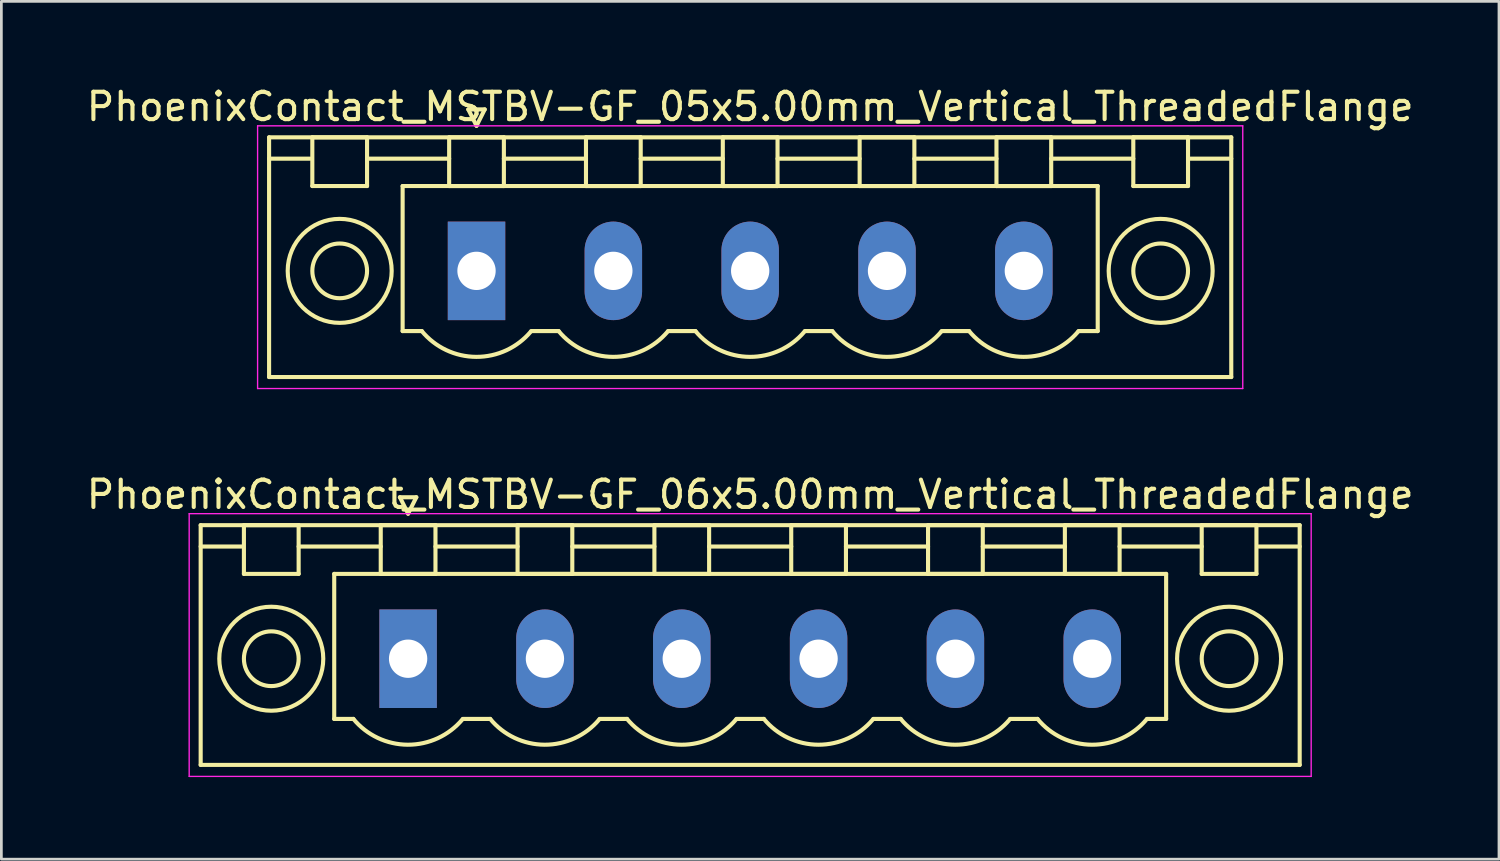
<source format=kicad_pcb>
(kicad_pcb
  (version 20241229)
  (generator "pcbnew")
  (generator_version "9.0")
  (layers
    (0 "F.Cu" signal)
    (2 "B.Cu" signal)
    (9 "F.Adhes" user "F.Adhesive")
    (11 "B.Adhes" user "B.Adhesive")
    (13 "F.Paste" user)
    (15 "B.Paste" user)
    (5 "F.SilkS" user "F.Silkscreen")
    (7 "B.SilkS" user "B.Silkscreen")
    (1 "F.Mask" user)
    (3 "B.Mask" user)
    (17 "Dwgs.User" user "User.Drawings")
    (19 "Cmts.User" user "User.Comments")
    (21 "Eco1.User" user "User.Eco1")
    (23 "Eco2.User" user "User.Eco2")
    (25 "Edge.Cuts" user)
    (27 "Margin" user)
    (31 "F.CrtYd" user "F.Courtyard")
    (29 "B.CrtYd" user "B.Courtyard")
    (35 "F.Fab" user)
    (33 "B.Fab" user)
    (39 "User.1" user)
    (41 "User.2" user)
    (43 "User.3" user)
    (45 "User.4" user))
  (footprint "PhoenixContact_MSTBV-GF_06x5.00mm_Vertical_ThreadedFlange"
    (layer "F.Cu")
    (at 11.863 21.021)
    (property "Reference" "PhoenixContact_MSTBV-GF_06x5.00mm_Vertical_ThreadedFlange" (at 12.5 -6 0) (layer "F.SilkS") (effects (font (size 1 1) (thickness 0.15))))
    (attr through_hole)
    (fp_line (start -7.58 -4.88) (end -7.58 3.88) (stroke (width 0.15) (type solid)) (layer "F.SilkS"))
    (fp_line (start -7.58 -4.1) (end -6.08 -4.1) (stroke (width 0.15) (type solid)) (layer "F.SilkS"))
    (fp_line (start -7.58 3.88) (end 32.58 3.88) (stroke (width 0.15) (type solid)) (layer "F.SilkS"))
    (fp_line (start -6 -4.88) (end -4 -4.88) (stroke (width 0.15) (type solid)) (layer "F.SilkS"))
    (fp_line (start -6 -3.1) (end -6 -4.88) (stroke (width 0.15) (type solid)) (layer "F.SilkS"))
    (fp_line (start -4 -4.88) (end -4 -3.1) (stroke (width 0.15) (type solid)) (layer "F.SilkS"))
    (fp_line (start -4 -4.1) (end -1 -4.1) (stroke (width 0.15) (type solid)) (layer "F.SilkS"))
    (fp_line (start -4 -3.1) (end -6 -3.1) (stroke (width 0.15) (type solid)) (layer "F.SilkS"))
    (fp_line (start -2.7 -3.1) (end 27.7 -3.1) (stroke (width 0.15) (type solid)) (layer "F.SilkS"))
    (fp_line (start -2.7 2.2) (end -2.7 -3.1) (stroke (width 0.15) (type solid)) (layer "F.SilkS"))
    (fp_line (start -2 2.2) (end -2.7 2.2) (stroke (width 0.15) (type solid)) (layer "F.SilkS"))
    (fp_line (start -1 -4.88) (end 1 -4.88) (stroke (width 0.15) (type solid)) (layer "F.SilkS"))
    (fp_line (start -1 -3.1) (end -1 -4.88) (stroke (width 0.15) (type solid)) (layer "F.SilkS"))
    (fp_line (start -0.3 -5.9) (end 0 -5.3) (stroke (width 0.15) (type solid)) (layer "F.SilkS"))
    (fp_line (start 0 -5.3) (end 0.3 -5.9) (stroke (width 0.15) (type solid)) (layer "F.SilkS"))
    (fp_line (start 0.3 -5.9) (end -0.3 -5.9) (stroke (width 0.15) (type solid)) (layer "F.SilkS"))
    (fp_line (start 1 -4.88) (end 1 -3.1) (stroke (width 0.15) (type solid)) (layer "F.SilkS"))
    (fp_line (start 1 -4.1) (end 4 -4.1) (stroke (width 0.15) (type solid)) (layer "F.SilkS"))
    (fp_line (start 1 -3.1) (end -1 -3.1) (stroke (width 0.15) (type solid)) (layer "F.SilkS"))
    (fp_line (start 2 2.2) (end 3 2.2) (stroke (width 0.15) (type solid)) (layer "F.SilkS"))
    (fp_line (start 4 -4.88) (end 6 -4.88) (stroke (width 0.15) (type solid)) (layer "F.SilkS"))
    (fp_line (start 4 -3.1) (end 4 -4.88) (stroke (width 0.15) (type solid)) (layer "F.SilkS"))
    (fp_line (start 6 -4.88) (end 6 -3.1) (stroke (width 0.15) (type solid)) (layer "F.SilkS"))
    (fp_line (start 6 -4.1) (end 9 -4.1) (stroke (width 0.15) (type solid)) (layer "F.SilkS"))
    (fp_line (start 6 -3.1) (end 4 -3.1) (stroke (width 0.15) (type solid)) (layer "F.SilkS"))
    (fp_line (start 7 2.2) (end 8 2.2) (stroke (width 0.15) (type solid)) (layer "F.SilkS"))
    (fp_line (start 9 -4.88) (end 11 -4.88) (stroke (width 0.15) (type solid)) (layer "F.SilkS"))
    (fp_line (start 9 -3.1) (end 9 -4.88) (stroke (width 0.15) (type solid)) (layer "F.SilkS"))
    (fp_line (start 11 -4.88) (end 11 -3.1) (stroke (width 0.15) (type solid)) (layer "F.SilkS"))
    (fp_line (start 11 -4.1) (end 14 -4.1) (stroke (width 0.15) (type solid)) (layer "F.SilkS"))
    (fp_line (start 11 -3.1) (end 9 -3.1) (stroke (width 0.15) (type solid)) (layer "F.SilkS"))
    (fp_line (start 12 2.2) (end 13 2.2) (stroke (width 0.15) (type solid)) (layer "F.SilkS"))
    (fp_line (start 14 -4.88) (end 16 -4.88) (stroke (width 0.15) (type solid)) (layer "F.SilkS"))
    (fp_line (start 14 -3.1) (end 14 -4.88) (stroke (width 0.15) (type solid)) (layer "F.SilkS"))
    (fp_line (start 16 -4.88) (end 16 -3.1) (stroke (width 0.15) (type solid)) (layer "F.SilkS"))
    (fp_line (start 16 -4.1) (end 19 -4.1) (stroke (width 0.15) (type solid)) (layer "F.SilkS"))
    (fp_line (start 16 -3.1) (end 14 -3.1) (stroke (width 0.15) (type solid)) (layer "F.SilkS"))
    (fp_line (start 17 2.2) (end 18 2.2) (stroke (width 0.15) (type solid)) (layer "F.SilkS"))
    (fp_line (start 19 -4.88) (end 21 -4.88) (stroke (width 0.15) (type solid)) (layer "F.SilkS"))
    (fp_line (start 19 -3.1) (end 19 -4.88) (stroke (width 0.15) (type solid)) (layer "F.SilkS"))
    (fp_line (start 21 -4.88) (end 21 -3.1) (stroke (width 0.15) (type solid)) (layer "F.SilkS"))
    (fp_line (start 21 -4.1) (end 24 -4.1) (stroke (width 0.15) (type solid)) (layer "F.SilkS"))
    (fp_line (start 21 -3.1) (end 19 -3.1) (stroke (width 0.15) (type solid)) (layer "F.SilkS"))
    (fp_line (start 22 2.2) (end 23 2.2) (stroke (width 0.15) (type solid)) (layer "F.SilkS"))
    (fp_line (start 24 -4.88) (end 26 -4.88) (stroke (width 0.15) (type solid)) (layer "F.SilkS"))
    (fp_line (start 24 -3.1) (end 24 -4.88) (stroke (width 0.15) (type solid)) (layer "F.SilkS"))
    (fp_line (start 26 -4.88) (end 26 -3.1) (stroke (width 0.15) (type solid)) (layer "F.SilkS"))
    (fp_line (start 26 -4.1) (end 29 -4.1) (stroke (width 0.15) (type solid)) (layer "F.SilkS"))
    (fp_line (start 26 -3.1) (end 24 -3.1) (stroke (width 0.15) (type solid)) (layer "F.SilkS"))
    (fp_line (start 27.7 -3.1) (end 27.7 2.2) (stroke (width 0.15) (type solid)) (layer "F.SilkS"))
    (fp_line (start 27.7 2.2) (end 27 2.2) (stroke (width 0.15) (type solid)) (layer "F.SilkS"))
    (fp_line (start 29 -4.88) (end 31 -4.88) (stroke (width 0.15) (type solid)) (layer "F.SilkS"))
    (fp_line (start 29 -3.1) (end 29 -4.88) (stroke (width 0.15) (type solid)) (layer "F.SilkS"))
    (fp_line (start 31 -4.88) (end 31 -3.1) (stroke (width 0.15) (type solid)) (layer "F.SilkS"))
    (fp_line (start 31 -3.1) (end 29 -3.1) (stroke (width 0.15) (type solid)) (layer "F.SilkS"))
    (fp_line (start 32.58 -4.88) (end -7.58 -4.88) (stroke (width 0.15) (type solid)) (layer "F.SilkS"))
    (fp_line (start 32.58 -4.1) (end 31.08 -4.1) (stroke (width 0.15) (type solid)) (layer "F.SilkS"))
    (fp_line (start 32.58 3.88) (end 32.58 -4.88) (stroke (width 0.15) (type solid)) (layer "F.SilkS"))
    (fp_arc (start 1.986842 2.215821) (mid -0.010289 3.142758) (end -2 2.2) (stroke (width 0.15) (type solid)) (layer "F.SilkS"))
    (fp_arc (start 6.986842 2.215821) (mid 4.989711 3.142758) (end 3 2.2) (stroke (width 0.15) (type solid)) (layer "F.SilkS"))
    (fp_arc (start 11.986842 2.215821) (mid 9.989711 3.142758) (end 8 2.2) (stroke (width 0.15) (type solid)) (layer "F.SilkS"))
    (fp_arc (start 16.986842 2.215821) (mid 14.989711 3.142758) (end 13 2.2) (stroke (width 0.15) (type solid)) (layer "F.SilkS"))
    (fp_arc (start 21.986842 2.215821) (mid 19.989711 3.142758) (end 18 2.2) (stroke (width 0.15) (type solid)) (layer "F.SilkS"))
    (fp_arc (start 26.986842 2.215821) (mid 24.989711 3.142758) (end 23 2.2) (stroke (width 0.15) (type solid)) (layer "F.SilkS"))
    (fp_circle (center -5 0) (end -4 0) (stroke (width 0.15) (type solid)) (fill no) (layer "F.SilkS"))
    (fp_circle (center -5 0) (end -3.1 0) (stroke (width 0.15) (type solid)) (fill no) (layer "F.SilkS"))
    (fp_circle (center 30 0) (end 31 0) (stroke (width 0.15) (type solid)) (fill no) (layer "F.SilkS"))
    (fp_circle (center 30 0) (end 31.9 0) (stroke (width 0.15) (type solid)) (fill no) (layer "F.SilkS"))
    (fp_line (start -8 -5.3) (end -8 4.3) (stroke (width 0.05) (type solid)) (layer "F.CrtYd"))
    (fp_line (start -8 4.3) (end 33 4.3) (stroke (width 0.05) (type solid)) (layer "F.CrtYd"))
    (fp_line (start 33 -5.3) (end -8 -5.3) (stroke (width 0.05) (type solid)) (layer "F.CrtYd"))
    (fp_line (start 33 4.3) (end 33 -5.3) (stroke (width 0.05) (type solid)) (layer "F.CrtYd"))
    (pad "1" thru_hole rect (at 0 0) (size 2.1 3.6) (drill 1.4) (layers "*.Cu" "*.Mask"))
    (pad "2" thru_hole oval (at 5 0) (size 2.1 3.6) (drill 1.4) (layers "*.Cu" "*.Mask"))
    (pad "3" thru_hole oval (at 10 0) (size 2.1 3.6) (drill 1.4) (layers "*.Cu" "*.Mask"))
    (pad "4" thru_hole oval (at 15 0) (size 2.1 3.6) (drill 1.4) (layers "*.Cu" "*.Mask"))
    (pad "5" thru_hole oval (at 20 0) (size 2.1 3.6) (drill 1.4) (layers "*.Cu" "*.Mask"))
    (pad "6" thru_hole oval (at 25 0) (size 2.1 3.6) (drill 1.4) (layers "*.Cu" "*.Mask")))
  (footprint "PhoenixContact_MSTBV-GF_05x5.00mm_Vertical_ThreadedFlange"
    (layer "F.Cu")
    (at 14.363 6.848)
    (property "Reference" "PhoenixContact_MSTBV-GF_05x5.00mm_Vertical_ThreadedFlange" (at 10 -6 0) (layer "F.SilkS") (effects (font (size 1 1) (thickness 0.15))))
    (attr through_hole)
    (fp_line (start -7.58 -4.88) (end -7.58 3.88) (stroke (width 0.15) (type solid)) (layer "F.SilkS"))
    (fp_line (start -7.58 -4.1) (end -6.08 -4.1) (stroke (width 0.15) (type solid)) (layer "F.SilkS"))
    (fp_line (start -7.58 3.88) (end 27.58 3.88) (stroke (width 0.15) (type solid)) (layer "F.SilkS"))
    (fp_line (start -6 -4.88) (end -4 -4.88) (stroke (width 0.15) (type solid)) (layer "F.SilkS"))
    (fp_line (start -6 -3.1) (end -6 -4.88) (stroke (width 0.15) (type solid)) (layer "F.SilkS"))
    (fp_line (start -4 -4.88) (end -4 -3.1) (stroke (width 0.15) (type solid)) (layer "F.SilkS"))
    (fp_line (start -4 -4.1) (end -1 -4.1) (stroke (width 0.15) (type solid)) (layer "F.SilkS"))
    (fp_line (start -4 -3.1) (end -6 -3.1) (stroke (width 0.15) (type solid)) (layer "F.SilkS"))
    (fp_line (start -2.7 -3.1) (end 22.7 -3.1) (stroke (width 0.15) (type solid)) (layer "F.SilkS"))
    (fp_line (start -2.7 2.2) (end -2.7 -3.1) (stroke (width 0.15) (type solid)) (layer "F.SilkS"))
    (fp_line (start -2 2.2) (end -2.7 2.2) (stroke (width 0.15) (type solid)) (layer "F.SilkS"))
    (fp_line (start -1 -4.88) (end 1 -4.88) (stroke (width 0.15) (type solid)) (layer "F.SilkS"))
    (fp_line (start -1 -3.1) (end -1 -4.88) (stroke (width 0.15) (type solid)) (layer "F.SilkS"))
    (fp_line (start -0.3 -5.9) (end 0 -5.3) (stroke (width 0.15) (type solid)) (layer "F.SilkS"))
    (fp_line (start 0 -5.3) (end 0.3 -5.9) (stroke (width 0.15) (type solid)) (layer "F.SilkS"))
    (fp_line (start 0.3 -5.9) (end -0.3 -5.9) (stroke (width 0.15) (type solid)) (layer "F.SilkS"))
    (fp_line (start 1 -4.88) (end 1 -3.1) (stroke (width 0.15) (type solid)) (layer "F.SilkS"))
    (fp_line (start 1 -4.1) (end 4 -4.1) (stroke (width 0.15) (type solid)) (layer "F.SilkS"))
    (fp_line (start 1 -3.1) (end -1 -3.1) (stroke (width 0.15) (type solid)) (layer "F.SilkS"))
    (fp_line (start 2 2.2) (end 3 2.2) (stroke (width 0.15) (type solid)) (layer "F.SilkS"))
    (fp_line (start 4 -4.88) (end 6 -4.88) (stroke (width 0.15) (type solid)) (layer "F.SilkS"))
    (fp_line (start 4 -3.1) (end 4 -4.88) (stroke (width 0.15) (type solid)) (layer "F.SilkS"))
    (fp_line (start 6 -4.88) (end 6 -3.1) (stroke (width 0.15) (type solid)) (layer "F.SilkS"))
    (fp_line (start 6 -4.1) (end 9 -4.1) (stroke (width 0.15) (type solid)) (layer "F.SilkS"))
    (fp_line (start 6 -3.1) (end 4 -3.1) (stroke (width 0.15) (type solid)) (layer "F.SilkS"))
    (fp_line (start 7 2.2) (end 8 2.2) (stroke (width 0.15) (type solid)) (layer "F.SilkS"))
    (fp_line (start 9 -4.88) (end 11 -4.88) (stroke (width 0.15) (type solid)) (layer "F.SilkS"))
    (fp_line (start 9 -3.1) (end 9 -4.88) (stroke (width 0.15) (type solid)) (layer "F.SilkS"))
    (fp_line (start 11 -4.88) (end 11 -3.1) (stroke (width 0.15) (type solid)) (layer "F.SilkS"))
    (fp_line (start 11 -4.1) (end 14 -4.1) (stroke (width 0.15) (type solid)) (layer "F.SilkS"))
    (fp_line (start 11 -3.1) (end 9 -3.1) (stroke (width 0.15) (type solid)) (layer "F.SilkS"))
    (fp_line (start 12 2.2) (end 13 2.2) (stroke (width 0.15) (type solid)) (layer "F.SilkS"))
    (fp_line (start 14 -4.88) (end 16 -4.88) (stroke (width 0.15) (type solid)) (layer "F.SilkS"))
    (fp_line (start 14 -3.1) (end 14 -4.88) (stroke (width 0.15) (type solid)) (layer "F.SilkS"))
    (fp_line (start 16 -4.88) (end 16 -3.1) (stroke (width 0.15) (type solid)) (layer "F.SilkS"))
    (fp_line (start 16 -4.1) (end 19 -4.1) (stroke (width 0.15) (type solid)) (layer "F.SilkS"))
    (fp_line (start 16 -3.1) (end 14 -3.1) (stroke (width 0.15) (type solid)) (layer "F.SilkS"))
    (fp_line (start 17 2.2) (end 18 2.2) (stroke (width 0.15) (type solid)) (layer "F.SilkS"))
    (fp_line (start 19 -4.88) (end 21 -4.88) (stroke (width 0.15) (type solid)) (layer "F.SilkS"))
    (fp_line (start 19 -3.1) (end 19 -4.88) (stroke (width 0.15) (type solid)) (layer "F.SilkS"))
    (fp_line (start 21 -4.88) (end 21 -3.1) (stroke (width 0.15) (type solid)) (layer "F.SilkS"))
    (fp_line (start 21 -4.1) (end 24 -4.1) (stroke (width 0.15) (type solid)) (layer "F.SilkS"))
    (fp_line (start 21 -3.1) (end 19 -3.1) (stroke (width 0.15) (type solid)) (layer "F.SilkS"))
    (fp_line (start 22.7 -3.1) (end 22.7 2.2) (stroke (width 0.15) (type solid)) (layer "F.SilkS"))
    (fp_line (start 22.7 2.2) (end 22 2.2) (stroke (width 0.15) (type solid)) (layer "F.SilkS"))
    (fp_line (start 24 -4.88) (end 26 -4.88) (stroke (width 0.15) (type solid)) (layer "F.SilkS"))
    (fp_line (start 24 -3.1) (end 24 -4.88) (stroke (width 0.15) (type solid)) (layer "F.SilkS"))
    (fp_line (start 26 -4.88) (end 26 -3.1) (stroke (width 0.15) (type solid)) (layer "F.SilkS"))
    (fp_line (start 26 -3.1) (end 24 -3.1) (stroke (width 0.15) (type solid)) (layer "F.SilkS"))
    (fp_line (start 27.58 -4.88) (end -7.58 -4.88) (stroke (width 0.15) (type solid)) (layer "F.SilkS"))
    (fp_line (start 27.58 -4.1) (end 26.08 -4.1) (stroke (width 0.15) (type solid)) (layer "F.SilkS"))
    (fp_line (start 27.58 3.88) (end 27.58 -4.88) (stroke (width 0.15) (type solid)) (layer "F.SilkS"))
    (fp_arc (start 1.986842 2.215821) (mid -0.010289 3.142758) (end -2 2.2) (stroke (width 0.15) (type solid)) (layer "F.SilkS"))
    (fp_arc (start 6.986842 2.215821) (mid 4.989711 3.142758) (end 3 2.2) (stroke (width 0.15) (type solid)) (layer "F.SilkS"))
    (fp_arc (start 11.986842 2.215821) (mid 9.989711 3.142758) (end 8 2.2) (stroke (width 0.15) (type solid)) (layer "F.SilkS"))
    (fp_arc (start 16.986842 2.215821) (mid 14.989711 3.142758) (end 13 2.2) (stroke (width 0.15) (type solid)) (layer "F.SilkS"))
    (fp_arc (start 21.986842 2.215821) (mid 19.989711 3.142758) (end 18 2.2) (stroke (width 0.15) (type solid)) (layer "F.SilkS"))
    (fp_circle (center -5 0) (end -4 0) (stroke (width 0.15) (type solid)) (fill no) (layer "F.SilkS"))
    (fp_circle (center -5 0) (end -3.1 0) (stroke (width 0.15) (type solid)) (fill no) (layer "F.SilkS"))
    (fp_circle (center 25 0) (end 26 0) (stroke (width 0.15) (type solid)) (fill no) (layer "F.SilkS"))
    (fp_circle (center 25 0) (end 26.9 0) (stroke (width 0.15) (type solid)) (fill no) (layer "F.SilkS"))
    (fp_line (start -8 -5.3) (end -8 4.3) (stroke (width 0.05) (type solid)) (layer "F.CrtYd"))
    (fp_line (start -8 4.3) (end 28 4.3) (stroke (width 0.05) (type solid)) (layer "F.CrtYd"))
    (fp_line (start 28 -5.3) (end -8 -5.3) (stroke (width 0.05) (type solid)) (layer "F.CrtYd"))
    (fp_line (start 28 4.3) (end 28 -5.3) (stroke (width 0.05) (type solid)) (layer "F.CrtYd"))
    (pad "1" thru_hole rect (at 0 0) (size 2.1 3.6) (drill 1.4) (layers "*.Cu" "*.Mask"))
    (pad "2" thru_hole oval (at 5 0) (size 2.1 3.6) (drill 1.4) (layers "*.Cu" "*.Mask"))
    (pad "3" thru_hole oval (at 10 0) (size 2.1 3.6) (drill 1.4) (layers "*.Cu" "*.Mask"))
    (pad "4" thru_hole oval (at 15 0) (size 2.1 3.6) (drill 1.4) (layers "*.Cu" "*.Mask"))
    (pad "5" thru_hole oval (at 20 0) (size 2.1 3.6) (drill 1.4) (layers "*.Cu" "*.Mask")))
  (gr_rect
    (start -3 -3)
    (end 51.726 28.346)
    (stroke (width 0.1) (type default))
    (fill no)
    (layer "Edge.Cuts")))
</source>
